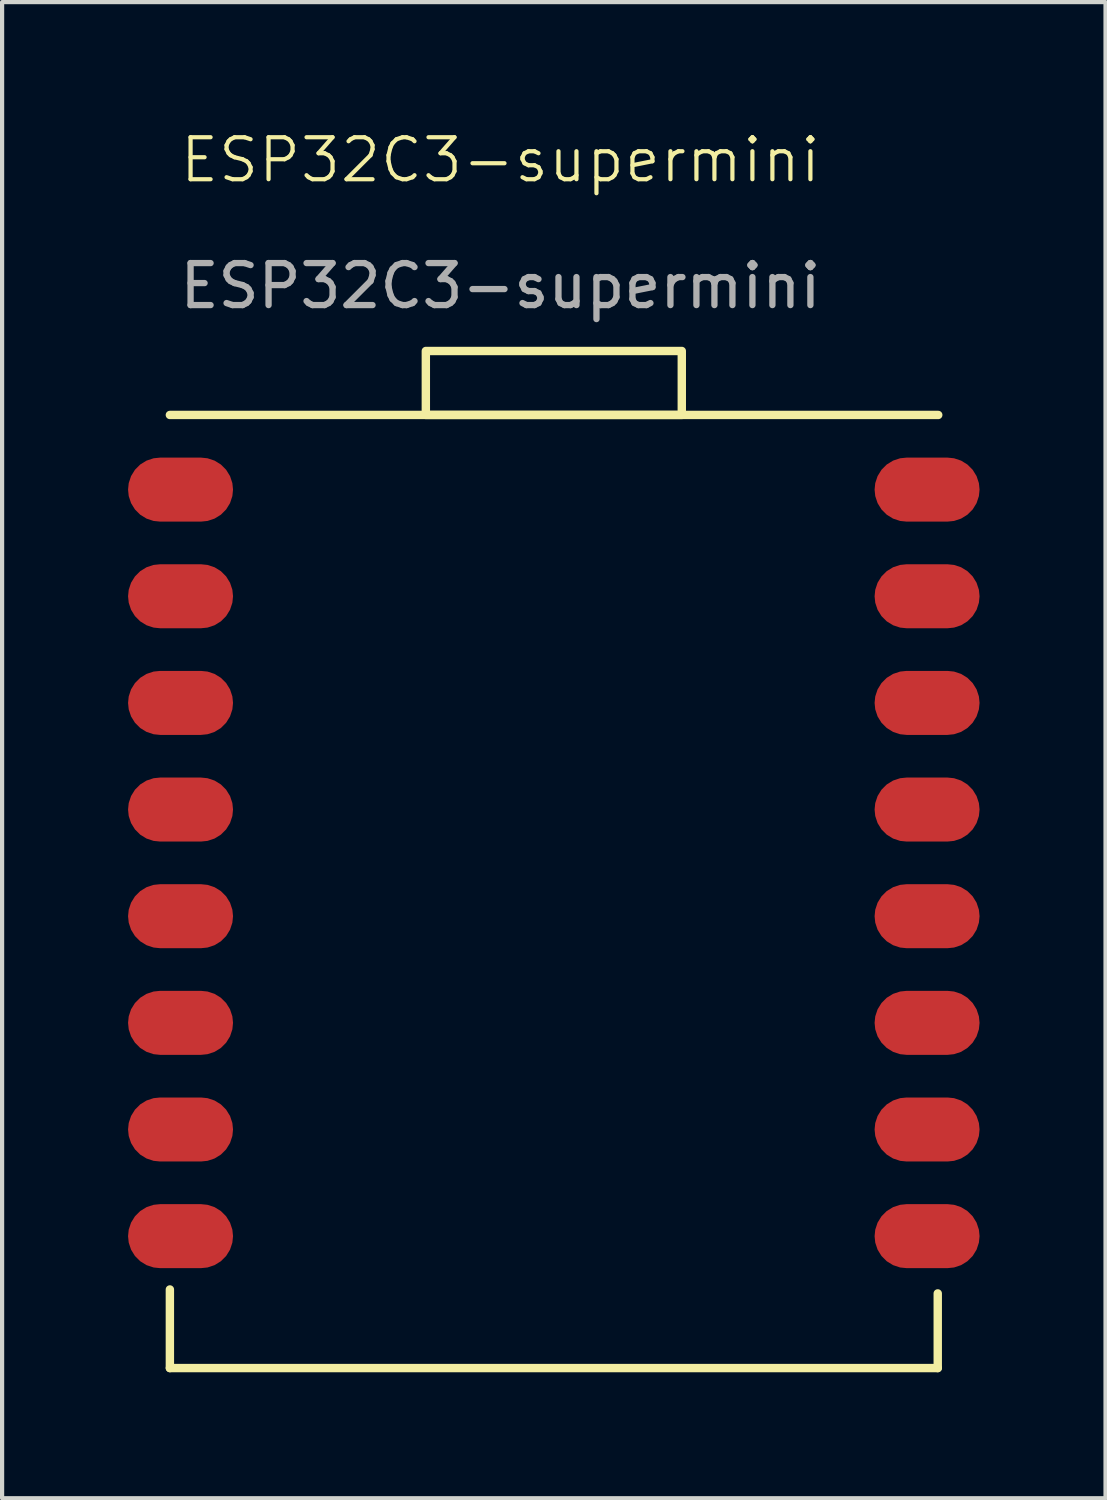
<source format=kicad_pcb>
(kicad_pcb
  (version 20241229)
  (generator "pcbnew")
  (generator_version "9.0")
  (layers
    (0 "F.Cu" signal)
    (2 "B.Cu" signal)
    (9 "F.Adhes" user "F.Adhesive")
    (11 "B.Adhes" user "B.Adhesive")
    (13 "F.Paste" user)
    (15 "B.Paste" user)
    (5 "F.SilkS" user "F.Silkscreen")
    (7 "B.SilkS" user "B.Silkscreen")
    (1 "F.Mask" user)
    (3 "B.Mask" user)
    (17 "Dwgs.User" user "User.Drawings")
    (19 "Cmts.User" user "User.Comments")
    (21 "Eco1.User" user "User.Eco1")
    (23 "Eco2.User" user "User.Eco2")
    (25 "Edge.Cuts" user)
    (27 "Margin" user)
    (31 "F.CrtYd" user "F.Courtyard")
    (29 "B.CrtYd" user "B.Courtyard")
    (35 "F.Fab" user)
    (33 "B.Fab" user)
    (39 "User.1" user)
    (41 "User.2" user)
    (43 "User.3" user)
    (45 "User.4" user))
  (footprint "ESP32C3-supermini"
    (layer "F.Cu")
    (at 1.25 8.611)
    (property "Reference" "ESP32C3-supermini" (at 7.62 -7.85 0) (unlocked yes) (layer "F.SilkS") (effects (font (size 1 1) (thickness 0.1))))
    (attr smd)
    (fp_line (start -0.254 -1.778) (end 18.046 -1.778) (stroke (width 0.2) (type default)) (layer "F.SilkS"))
    (fp_line (start -0.254 19.05) (end -0.254 20.922) (stroke (width 0.2) (type default)) (layer "F.SilkS"))
    (fp_line (start -0.254 20.922) (end 18.034 20.922) (stroke (width 0.2) (type default)) (layer "F.SilkS"))
    (fp_line (start 18.034 20.922) (end 18.034 19.144) (stroke (width 0.2) (type default)) (layer "F.SilkS"))
    (fp_rect (start 5.842 -3.302) (end 11.938 -1.778) (stroke (width 0.2) (type default)) (fill no) (layer "F.SilkS"))
    (fp_text user "${REFERENCE}" (at 7.62 -4.85 0) (unlocked yes) (layer "F.Fab") (effects (font (size 1 1) (thickness 0.15))))
    (pad "1" smd roundrect (at 0 0) (size 2.5 1.524) (layers "F.Cu" "F.Mask" "F.Paste") (roundrect_rratio 0.5))
    (pad "2" smd roundrect (at 0 2.54) (size 2.5 1.524) (layers "F.Cu" "F.Mask" "F.Paste") (roundrect_rratio 0.5))
    (pad "3" smd roundrect (at 0 5.08) (size 2.5 1.524) (layers "F.Cu" "F.Mask" "F.Paste") (roundrect_rratio 0.5))
    (pad "4" smd roundrect (at 0 7.62) (size 2.5 1.524) (layers "F.Cu" "F.Mask" "F.Paste") (roundrect_rratio 0.5))
    (pad "5" smd roundrect (at 0 10.16) (size 2.5 1.524) (layers "F.Cu" "F.Mask" "F.Paste") (roundrect_rratio 0.5))
    (pad "6" smd roundrect (at 0 12.7) (size 2.5 1.524) (layers "F.Cu" "F.Mask" "F.Paste") (roundrect_rratio 0.5))
    (pad "7" smd roundrect (at 0 15.24) (size 2.5 1.524) (layers "F.Cu" "F.Mask" "F.Paste") (roundrect_rratio 0.5))
    (pad "8" smd roundrect (at 0 17.78) (size 2.5 1.524) (layers "F.Cu" "F.Mask" "F.Paste") (roundrect_rratio 0.5))
    (pad "9" smd roundrect (at 17.78 17.78) (size 2.5 1.524) (layers "F.Cu" "F.Mask" "F.Paste") (roundrect_rratio 0.5))
    (pad "10" smd roundrect (at 17.78 15.24) (size 2.5 1.524) (layers "F.Cu" "F.Mask" "F.Paste") (roundrect_rratio 0.5))
    (pad "11" smd roundrect (at 17.78 12.7) (size 2.5 1.524) (layers "F.Cu" "F.Mask" "F.Paste") (roundrect_rratio 0.5))
    (pad "12" smd roundrect (at 17.78 10.16) (size 2.5 1.524) (layers "F.Cu" "F.Mask" "F.Paste") (roundrect_rratio 0.5))
    (pad "13" smd roundrect (at 17.78 7.62) (size 2.5 1.524) (layers "F.Cu" "F.Mask" "F.Paste") (roundrect_rratio 0.5))
    (pad "14" smd roundrect (at 17.78 5.08) (size 2.5 1.524) (layers "F.Cu" "F.Mask" "F.Paste") (roundrect_rratio 0.5))
    (pad "15" smd roundrect (at 17.78 2.54) (size 2.5 1.524) (layers "F.Cu" "F.Mask" "F.Paste") (roundrect_rratio 0.5))
    (pad "16" smd roundrect (at 17.78 0) (size 2.5 1.524) (layers "F.Cu" "F.Mask" "F.Paste") (roundrect_rratio 0.5)))
  (gr_rect
    (start -3 -3)
    (end 23.28 32.633)
    (stroke (width 0.1) (type default))
    (fill no)
    (layer "Edge.Cuts")))
</source>
